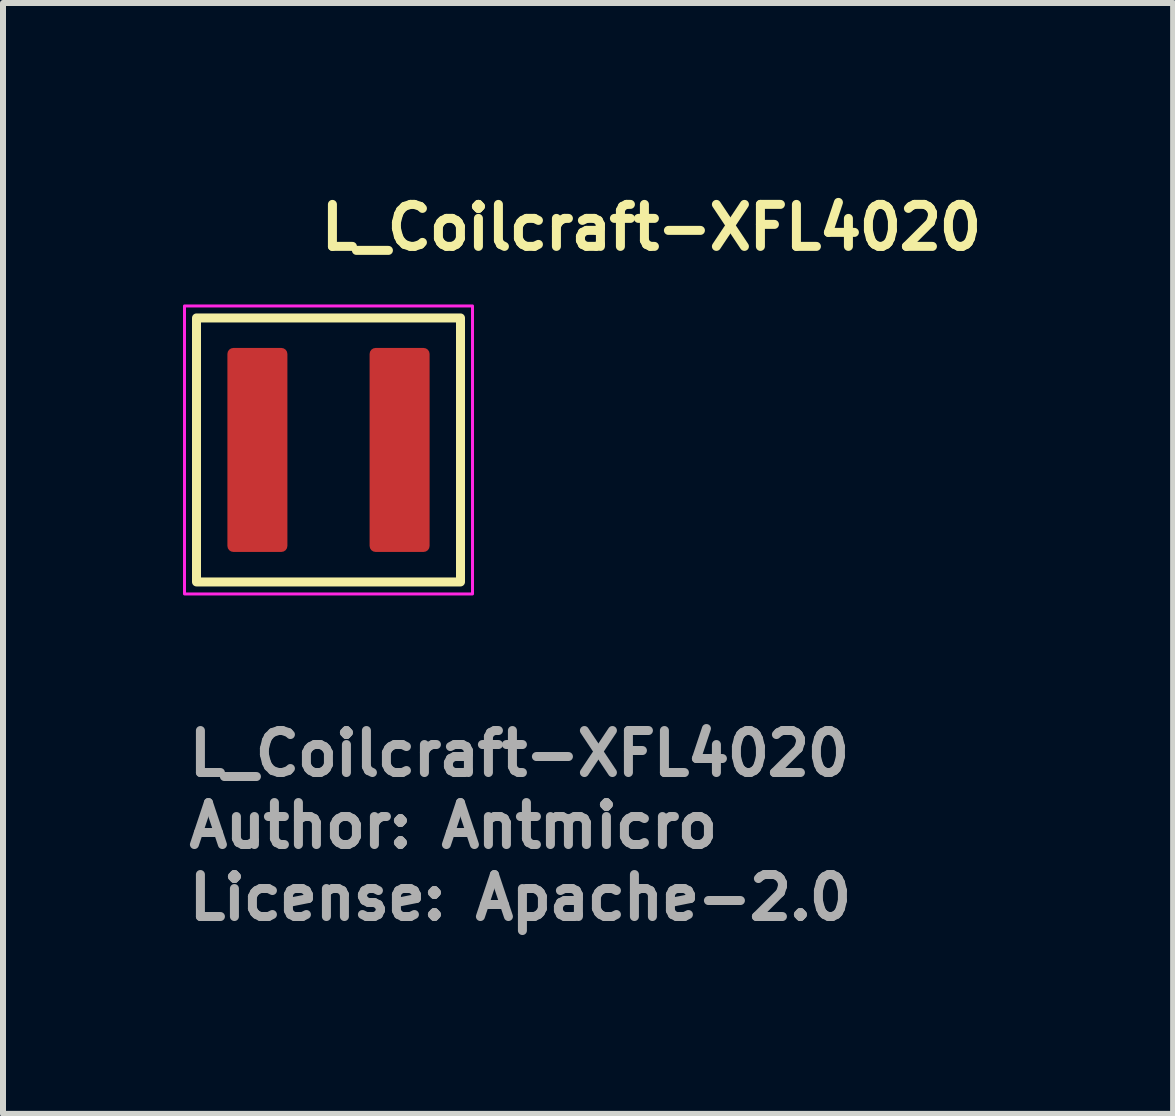
<source format=kicad_pcb>
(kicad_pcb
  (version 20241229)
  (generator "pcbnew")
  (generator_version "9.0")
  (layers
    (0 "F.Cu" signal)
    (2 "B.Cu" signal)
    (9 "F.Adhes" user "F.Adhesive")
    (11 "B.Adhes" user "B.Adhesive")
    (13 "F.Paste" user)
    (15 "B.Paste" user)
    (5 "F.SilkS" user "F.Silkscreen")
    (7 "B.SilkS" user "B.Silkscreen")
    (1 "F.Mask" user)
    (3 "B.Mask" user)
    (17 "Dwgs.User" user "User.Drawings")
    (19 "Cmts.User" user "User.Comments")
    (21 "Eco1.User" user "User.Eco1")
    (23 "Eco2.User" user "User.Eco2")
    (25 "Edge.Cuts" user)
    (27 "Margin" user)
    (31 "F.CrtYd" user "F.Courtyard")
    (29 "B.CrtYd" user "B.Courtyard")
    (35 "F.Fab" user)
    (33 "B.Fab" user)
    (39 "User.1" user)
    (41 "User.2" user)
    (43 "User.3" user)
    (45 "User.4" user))
  (footprint "L_Coilcraft-XFL4020"
    (layer "F.Cu")
    (at 2.425 4.449)
    (property "Reference" "L_Coilcraft-XFL4020" (at -0.2 -3.299 0) (layer "F.SilkS") (effects (font (size 0.7 0.7) (thickness 0.15)) (justify left bottom)))
    (attr smd)
    (fp_rect (start -2.2 -2.2) (end 2.2 2.2) (stroke (width 0.15) (type solid)) (fill no) (layer "F.SilkS"))
    (fp_rect (start -2.4 -2.4) (end 2.4 2.4) (stroke (width 0.05) (type solid)) (fill no) (layer "F.CrtYd"))
    (fp_rect (start -2.15 -2.15) (end 2.15 2.15) (stroke (width 0.1) (type solid)) (fill no) (layer "User.5"))
    (fp_line (start -2.15 -1.899) (end -2.15 1.899) (stroke (width 0.02) (type solid)) (layer "User.9"))
    (fp_line (start -2.15 -1.899) (end -2.149 -1.912) (stroke (width 0.02) (type solid)) (layer "User.9"))
    (fp_line (start -2.149 -1.912) (end -2.148 -1.924) (stroke (width 0.02) (type solid)) (layer "User.9"))
    (fp_line (start -2.149 1.912) (end -2.15 1.899) (stroke (width 0.02) (type solid)) (layer "User.9"))
    (fp_line (start -2.148 -1.924) (end -2.147 -1.936) (stroke (width 0.02) (type solid)) (layer "User.9"))
    (fp_line (start -2.148 1.924) (end -2.149 1.912) (stroke (width 0.02) (type solid)) (layer "User.9"))
    (fp_line (start -2.147 -1.936) (end -2.145 -1.949) (stroke (width 0.02) (type solid)) (layer "User.9"))
    (fp_line (start -2.147 1.936) (end -2.148 1.924) (stroke (width 0.02) (type solid)) (layer "User.9"))
    (fp_line (start -2.145 -1.949) (end -2.142 -1.96) (stroke (width 0.02) (type solid)) (layer "User.9"))
    (fp_line (start -2.145 1.949) (end -2.147 1.936) (stroke (width 0.02) (type solid)) (layer "User.9"))
    (fp_line (start -2.142 -1.96) (end -2.139 -1.972) (stroke (width 0.02) (type solid)) (layer "User.9"))
    (fp_line (start -2.142 1.96) (end -2.145 1.949) (stroke (width 0.02) (type solid)) (layer "User.9"))
    (fp_line (start -2.139 -1.972) (end -2.135 -1.984) (stroke (width 0.02) (type solid)) (layer "User.9"))
    (fp_line (start -2.139 1.972) (end -2.142 1.96) (stroke (width 0.02) (type solid)) (layer "User.9"))
    (fp_line (start -2.135 -1.984) (end -2.13 -1.995) (stroke (width 0.02) (type solid)) (layer "User.9"))
    (fp_line (start -2.135 1.984) (end -2.139 1.972) (stroke (width 0.02) (type solid)) (layer "User.9"))
    (fp_line (start -2.13 -1.995) (end -2.126 -2.006) (stroke (width 0.02) (type solid)) (layer "User.9"))
    (fp_line (start -2.13 1.995) (end -2.135 1.984) (stroke (width 0.02) (type solid)) (layer "User.9"))
    (fp_line (start -2.126 -2.006) (end -2.12 -2.016) (stroke (width 0.02) (type solid)) (layer "User.9"))
    (fp_line (start -2.126 2.006) (end -2.13 1.995) (stroke (width 0.02) (type solid)) (layer "User.9"))
    (fp_line (start -2.12 -2.016) (end -2.114 -2.028) (stroke (width 0.02) (type solid)) (layer "User.9"))
    (fp_line (start -2.12 2.016) (end -2.126 2.006) (stroke (width 0.02) (type solid)) (layer "User.9"))
    (fp_line (start -2.114 -2.028) (end -2.107 -2.038) (stroke (width 0.02) (type solid)) (layer "User.9"))
    (fp_line (start -2.114 2.028) (end -2.12 2.016) (stroke (width 0.02) (type solid)) (layer "User.9"))
    (fp_line (start -2.107 -2.038) (end -2.1 -2.048) (stroke (width 0.02) (type solid)) (layer "User.9"))
    (fp_line (start -2.107 2.038) (end -2.114 2.028) (stroke (width 0.02) (type solid)) (layer "User.9"))
    (fp_line (start -2.1 -2.048) (end -2.093 -2.058) (stroke (width 0.02) (type solid)) (layer "User.9"))
    (fp_line (start -2.1 2.048) (end -2.107 2.038) (stroke (width 0.02) (type solid)) (layer "User.9"))
    (fp_line (start -2.093 -2.058) (end -2.085 -2.067) (stroke (width 0.02) (type solid)) (layer "User.9"))
    (fp_line (start -2.093 2.058) (end -2.1 2.048) (stroke (width 0.02) (type solid)) (layer "User.9"))
    (fp_line (start -2.085 -2.067) (end -2.076 -2.076) (stroke (width 0.02) (type solid)) (layer "User.9"))
    (fp_line (start -2.085 2.067) (end -2.093 2.058) (stroke (width 0.02) (type solid)) (layer "User.9"))
    (fp_line (start -2.076 -2.076) (end -2.076 -2.076) (stroke (width 0.02) (type solid)) (layer "User.9"))
    (fp_line (start -2.076 -2.076) (end -2.067 -2.085) (stroke (width 0.02) (type solid)) (layer "User.9"))
    (fp_line (start -2.076 2.076) (end -2.085 2.067) (stroke (width 0.02) (type solid)) (layer "User.9"))
    (fp_line (start -2.076 2.076) (end -2.076 2.076) (stroke (width 0.02) (type solid)) (layer "User.9"))
    (fp_line (start -2.067 -2.085) (end -2.058 -2.093) (stroke (width 0.02) (type solid)) (layer "User.9"))
    (fp_line (start -2.067 2.085) (end -2.076 2.076) (stroke (width 0.02) (type solid)) (layer "User.9"))
    (fp_line (start -2.058 -2.093) (end -2.048 -2.1) (stroke (width 0.02) (type solid)) (layer "User.9"))
    (fp_line (start -2.058 2.093) (end -2.067 2.085) (stroke (width 0.02) (type solid)) (layer "User.9"))
    (fp_line (start -2.048 -2.1) (end -2.038 -2.107) (stroke (width 0.02) (type solid)) (layer "User.9"))
    (fp_line (start -2.048 2.1) (end -2.058 2.093) (stroke (width 0.02) (type solid)) (layer "User.9"))
    (fp_line (start -2.038 -2.107) (end -2.028 -2.114) (stroke (width 0.02) (type solid)) (layer "User.9"))
    (fp_line (start -2.038 2.107) (end -2.048 2.1) (stroke (width 0.02) (type solid)) (layer "User.9"))
    (fp_line (start -2.028 -2.114) (end -2.016 -2.12) (stroke (width 0.02) (type solid)) (layer "User.9"))
    (fp_line (start -2.028 2.114) (end -2.038 2.107) (stroke (width 0.02) (type solid)) (layer "User.9"))
    (fp_line (start -2.016 -2.12) (end -2.006 -2.126) (stroke (width 0.02) (type solid)) (layer "User.9"))
    (fp_line (start -2.016 2.12) (end -2.028 2.114) (stroke (width 0.02) (type solid)) (layer "User.9"))
    (fp_line (start -2.006 -2.126) (end -1.995 -2.13) (stroke (width 0.02) (type solid)) (layer "User.9"))
    (fp_line (start -2.006 2.126) (end -2.016 2.12) (stroke (width 0.02) (type solid)) (layer "User.9"))
    (fp_line (start -1.995 -2.13) (end -1.984 -2.135) (stroke (width 0.02) (type solid)) (layer "User.9"))
    (fp_line (start -1.995 2.13) (end -2.006 2.126) (stroke (width 0.02) (type solid)) (layer "User.9"))
    (fp_line (start -1.984 -2.135) (end -1.972 -2.139) (stroke (width 0.02) (type solid)) (layer "User.9"))
    (fp_line (start -1.984 2.135) (end -1.995 2.13) (stroke (width 0.02) (type solid)) (layer "User.9"))
    (fp_line (start -1.972 -2.139) (end -1.96 -2.142) (stroke (width 0.02) (type solid)) (layer "User.9"))
    (fp_line (start -1.972 2.139) (end -1.984 2.135) (stroke (width 0.02) (type solid)) (layer "User.9"))
    (fp_line (start -1.96 -2.142) (end -1.949 -2.145) (stroke (width 0.02) (type solid)) (layer "User.9"))
    (fp_line (start -1.96 2.142) (end -1.972 2.139) (stroke (width 0.02) (type solid)) (layer "User.9"))
    (fp_line (start -1.949 -2.145) (end -1.936 -2.147) (stroke (width 0.02) (type solid)) (layer "User.9"))
    (fp_line (start -1.949 2.145) (end -1.96 2.142) (stroke (width 0.02) (type solid)) (layer "User.9"))
    (fp_line (start -1.936 -2.147) (end -1.924 -2.148) (stroke (width 0.02) (type solid)) (layer "User.9"))
    (fp_line (start -1.936 2.147) (end -1.949 2.145) (stroke (width 0.02) (type solid)) (layer "User.9"))
    (fp_line (start -1.924 -2.148) (end -1.912 -2.149) (stroke (width 0.02) (type solid)) (layer "User.9"))
    (fp_line (start -1.924 2.148) (end -1.936 2.147) (stroke (width 0.02) (type solid)) (layer "User.9"))
    (fp_line (start -1.912 -2.149) (end -1.899 -2.15) (stroke (width 0.02) (type solid)) (layer "User.9"))
    (fp_line (start -1.912 2.149) (end -1.924 2.148) (stroke (width 0.02) (type solid)) (layer "User.9"))
    (fp_line (start -1.899 2.15) (end -1.912 2.149) (stroke (width 0.02) (type solid)) (layer "User.9"))
    (fp_line (start -1.899 2.15) (end 1.899 2.15) (stroke (width 0.02) (type solid)) (layer "User.9"))
    (fp_line (start -1.647 -1.5) (end -1.497 -1.5) (stroke (width 0.02) (type solid)) (layer "User.9"))
    (fp_line (start -1.647 1.5) (end -1.647 -1.5) (stroke (width 0.02) (type solid)) (layer "User.9"))
    (fp_line (start -1.497 -1.5) (end -1.497 1.5) (stroke (width 0.02) (type solid)) (layer "User.9"))
    (fp_line (start -1.497 1.5) (end -1.647 1.5) (stroke (width 0.02) (type solid)) (layer "User.9"))
    (fp_line (start 1.899 -2.15) (end -1.899 -2.15) (stroke (width 0.02) (type solid)) (layer "User.9"))
    (fp_line (start 1.899 -2.15) (end 1.912 -2.149) (stroke (width 0.02) (type solid)) (layer "User.9"))
    (fp_line (start 1.912 -2.149) (end 1.924 -2.148) (stroke (width 0.02) (type solid)) (layer "User.9"))
    (fp_line (start 1.912 2.149) (end 1.899 2.15) (stroke (width 0.02) (type solid)) (layer "User.9"))
    (fp_line (start 1.924 -2.148) (end 1.936 -2.147) (stroke (width 0.02) (type solid)) (layer "User.9"))
    (fp_line (start 1.924 2.148) (end 1.912 2.149) (stroke (width 0.02) (type solid)) (layer "User.9"))
    (fp_line (start 1.936 -2.147) (end 1.949 -2.145) (stroke (width 0.02) (type solid)) (layer "User.9"))
    (fp_line (start 1.936 2.147) (end 1.924 2.148) (stroke (width 0.02) (type solid)) (layer "User.9"))
    (fp_line (start 1.949 -2.145) (end 1.96 -2.142) (stroke (width 0.02) (type solid)) (layer "User.9"))
    (fp_line (start 1.949 2.145) (end 1.936 2.147) (stroke (width 0.02) (type solid)) (layer "User.9"))
    (fp_line (start 1.96 -2.142) (end 1.972 -2.139) (stroke (width 0.02) (type solid)) (layer "User.9"))
    (fp_line (start 1.96 2.142) (end 1.949 2.145) (stroke (width 0.02) (type solid)) (layer "User.9"))
    (fp_line (start 1.972 -2.139) (end 1.984 -2.135) (stroke (width 0.02) (type solid)) (layer "User.9"))
    (fp_line (start 1.972 2.139) (end 1.96 2.142) (stroke (width 0.02) (type solid)) (layer "User.9"))
    (fp_line (start 1.984 -2.135) (end 1.995 -2.13) (stroke (width 0.02) (type solid)) (layer "User.9"))
    (fp_line (start 1.984 2.135) (end 1.972 2.139) (stroke (width 0.02) (type solid)) (layer "User.9"))
    (fp_line (start 1.995 -2.13) (end 2.006 -2.126) (stroke (width 0.02) (type solid)) (layer "User.9"))
    (fp_line (start 1.995 2.13) (end 1.984 2.135) (stroke (width 0.02) (type solid)) (layer "User.9"))
    (fp_line (start 2.006 -2.126) (end 2.016 -2.12) (stroke (width 0.02) (type solid)) (layer "User.9"))
    (fp_line (start 2.006 2.126) (end 1.995 2.13) (stroke (width 0.02) (type solid)) (layer "User.9"))
    (fp_line (start 2.016 -2.12) (end 2.028 -2.114) (stroke (width 0.02) (type solid)) (layer "User.9"))
    (fp_line (start 2.016 2.12) (end 2.006 2.126) (stroke (width 0.02) (type solid)) (layer "User.9"))
    (fp_line (start 2.028 -2.114) (end 2.038 -2.107) (stroke (width 0.02) (type solid)) (layer "User.9"))
    (fp_line (start 2.028 2.114) (end 2.016 2.12) (stroke (width 0.02) (type solid)) (layer "User.9"))
    (fp_line (start 2.038 -2.107) (end 2.048 -2.1) (stroke (width 0.02) (type solid)) (layer "User.9"))
    (fp_line (start 2.038 2.107) (end 2.028 2.114) (stroke (width 0.02) (type solid)) (layer "User.9"))
    (fp_line (start 2.048 -2.1) (end 2.058 -2.093) (stroke (width 0.02) (type solid)) (layer "User.9"))
    (fp_line (start 2.048 2.1) (end 2.038 2.107) (stroke (width 0.02) (type solid)) (layer "User.9"))
    (fp_line (start 2.058 -2.093) (end 2.067 -2.085) (stroke (width 0.02) (type solid)) (layer "User.9"))
    (fp_line (start 2.058 2.093) (end 2.048 2.1) (stroke (width 0.02) (type solid)) (layer "User.9"))
    (fp_line (start 2.067 -2.085) (end 2.076 -2.076) (stroke (width 0.02) (type solid)) (layer "User.9"))
    (fp_line (start 2.067 2.085) (end 2.058 2.093) (stroke (width 0.02) (type solid)) (layer "User.9"))
    (fp_line (start 2.076 -2.076) (end 2.076 -2.076) (stroke (width 0.02) (type solid)) (layer "User.9"))
    (fp_line (start 2.076 -2.076) (end 2.085 -2.067) (stroke (width 0.02) (type solid)) (layer "User.9"))
    (fp_line (start 2.076 2.076) (end 2.067 2.085) (stroke (width 0.02) (type solid)) (layer "User.9"))
    (fp_line (start 2.076 2.076) (end 2.076 2.076) (stroke (width 0.02) (type solid)) (layer "User.9"))
    (fp_line (start 2.085 -2.067) (end 2.093 -2.058) (stroke (width 0.02) (type solid)) (layer "User.9"))
    (fp_line (start 2.085 2.067) (end 2.076 2.076) (stroke (width 0.02) (type solid)) (layer "User.9"))
    (fp_line (start 2.093 -2.058) (end 2.1 -2.048) (stroke (width 0.02) (type solid)) (layer "User.9"))
    (fp_line (start 2.093 2.058) (end 2.085 2.067) (stroke (width 0.02) (type solid)) (layer "User.9"))
    (fp_line (start 2.1 -2.048) (end 2.107 -2.038) (stroke (width 0.02) (type solid)) (layer "User.9"))
    (fp_line (start 2.1 2.048) (end 2.093 2.058) (stroke (width 0.02) (type solid)) (layer "User.9"))
    (fp_line (start 2.107 -2.038) (end 2.114 -2.028) (stroke (width 0.02) (type solid)) (layer "User.9"))
    (fp_line (start 2.107 2.038) (end 2.1 2.048) (stroke (width 0.02) (type solid)) (layer "User.9"))
    (fp_line (start 2.114 -2.028) (end 2.12 -2.016) (stroke (width 0.02) (type solid)) (layer "User.9"))
    (fp_line (start 2.114 2.028) (end 2.107 2.038) (stroke (width 0.02) (type solid)) (layer "User.9"))
    (fp_line (start 2.12 -2.016) (end 2.126 -2.006) (stroke (width 0.02) (type solid)) (layer "User.9"))
    (fp_line (start 2.12 2.016) (end 2.114 2.028) (stroke (width 0.02) (type solid)) (layer "User.9"))
    (fp_line (start 2.126 -2.006) (end 2.13 -1.995) (stroke (width 0.02) (type solid)) (layer "User.9"))
    (fp_line (start 2.126 2.006) (end 2.12 2.016) (stroke (width 0.02) (type solid)) (layer "User.9"))
    (fp_line (start 2.13 -1.995) (end 2.135 -1.984) (stroke (width 0.02) (type solid)) (layer "User.9"))
    (fp_line (start 2.13 1.995) (end 2.126 2.006) (stroke (width 0.02) (type solid)) (layer "User.9"))
    (fp_line (start 2.135 -1.984) (end 2.139 -1.972) (stroke (width 0.02) (type solid)) (layer "User.9"))
    (fp_line (start 2.135 1.984) (end 2.13 1.995) (stroke (width 0.02) (type solid)) (layer "User.9"))
    (fp_line (start 2.139 -1.972) (end 2.142 -1.96) (stroke (width 0.02) (type solid)) (layer "User.9"))
    (fp_line (start 2.139 1.972) (end 2.135 1.984) (stroke (width 0.02) (type solid)) (layer "User.9"))
    (fp_line (start 2.142 -1.96) (end 2.145 -1.949) (stroke (width 0.02) (type solid)) (layer "User.9"))
    (fp_line (start 2.142 1.96) (end 2.139 1.972) (stroke (width 0.02) (type solid)) (layer "User.9"))
    (fp_line (start 2.145 -1.949) (end 2.147 -1.936) (stroke (width 0.02) (type solid)) (layer "User.9"))
    (fp_line (start 2.145 1.949) (end 2.142 1.96) (stroke (width 0.02) (type solid)) (layer "User.9"))
    (fp_line (start 2.147 -1.936) (end 2.148 -1.924) (stroke (width 0.02) (type solid)) (layer "User.9"))
    (fp_line (start 2.147 1.936) (end 2.145 1.949) (stroke (width 0.02) (type solid)) (layer "User.9"))
    (fp_line (start 2.148 -1.924) (end 2.149 -1.912) (stroke (width 0.02) (type solid)) (layer "User.9"))
    (fp_line (start 2.148 1.924) (end 2.147 1.936) (stroke (width 0.02) (type solid)) (layer "User.9"))
    (fp_line (start 2.149 -1.912) (end 2.15 -1.899) (stroke (width 0.02) (type solid)) (layer "User.9"))
    (fp_line (start 2.149 1.912) (end 2.148 1.924) (stroke (width 0.02) (type solid)) (layer "User.9"))
    (fp_line (start 2.15 1.899) (end 2.149 1.912) (stroke (width 0.02) (type solid)) (layer "User.9"))
    (fp_line (start 2.15 1.899) (end 2.15 -1.899) (stroke (width 0.02) (type solid)) (layer "User.9"))
    (fp_text user "License: Apache-2.0" (at -2.4 7.87 0) (layer "F.Fab") (effects (font (size 0.7 0.7) (thickness 0.15)) (justify left bottom)))
    (fp_text user "Author: Antmicro" (at -2.4 6.67 0) (layer "F.Fab") (effects (font (size 0.7 0.7) (thickness 0.15)) (justify left bottom)))
    (fp_text user "${REFERENCE}" (at -2.4 5.47 0) (layer "F.Fab") (effects (font (size 0.7 0.7) (thickness 0.15)) (justify left bottom)))
    (pad "1" smd roundrect (at -1.185 0) (size 1 3.4) (layers "F.Cu" "F.Mask" "F.Paste") (roundrect_rratio 0.1))
    (pad "2" smd roundrect (at 1.185 0) (size 1 3.4) (layers "F.Cu" "F.Mask" "F.Paste") (roundrect_rratio 0.1)))
  (gr_rect
    (start -3 -3)
    (end 16.502 15.514)
    (stroke (width 0.1) (type default))
    (fill no)
    (layer "Edge.Cuts")))
</source>
